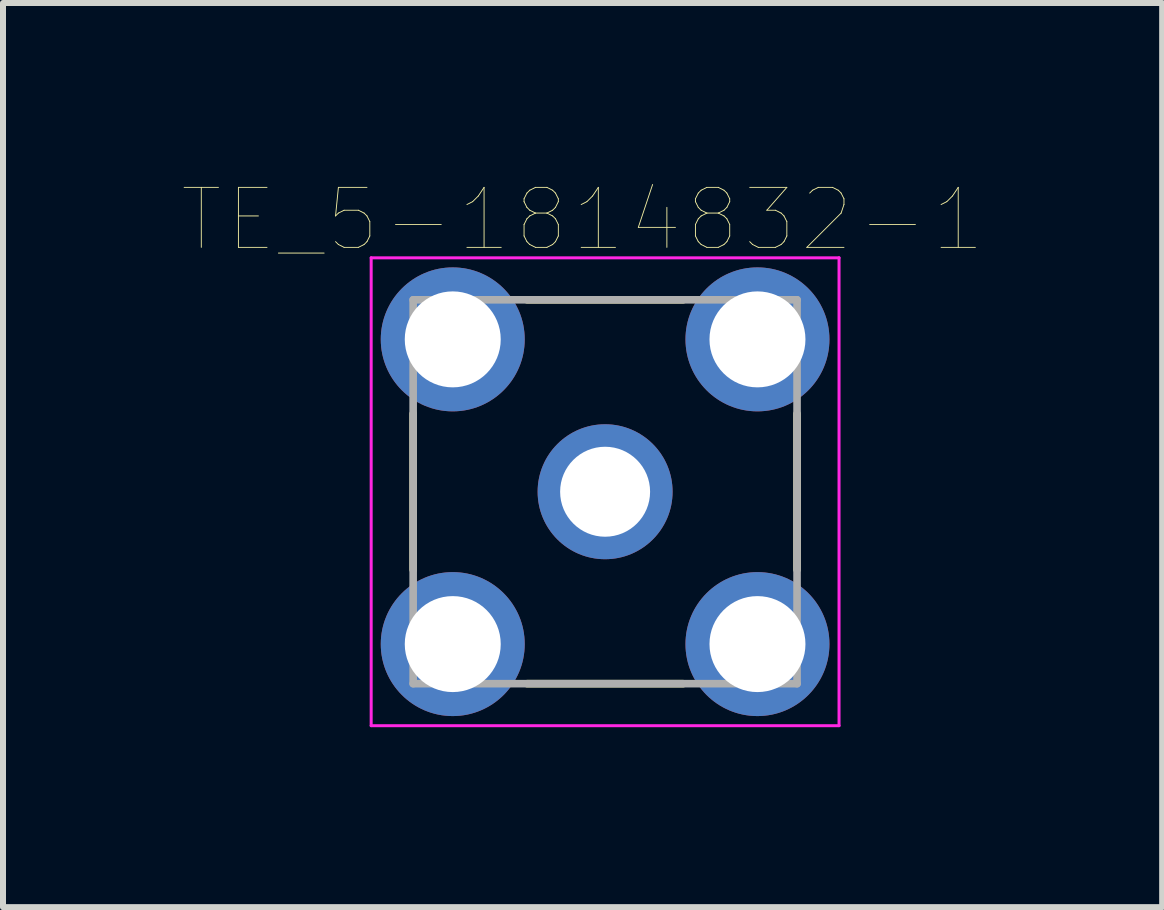
<source format=kicad_pcb>
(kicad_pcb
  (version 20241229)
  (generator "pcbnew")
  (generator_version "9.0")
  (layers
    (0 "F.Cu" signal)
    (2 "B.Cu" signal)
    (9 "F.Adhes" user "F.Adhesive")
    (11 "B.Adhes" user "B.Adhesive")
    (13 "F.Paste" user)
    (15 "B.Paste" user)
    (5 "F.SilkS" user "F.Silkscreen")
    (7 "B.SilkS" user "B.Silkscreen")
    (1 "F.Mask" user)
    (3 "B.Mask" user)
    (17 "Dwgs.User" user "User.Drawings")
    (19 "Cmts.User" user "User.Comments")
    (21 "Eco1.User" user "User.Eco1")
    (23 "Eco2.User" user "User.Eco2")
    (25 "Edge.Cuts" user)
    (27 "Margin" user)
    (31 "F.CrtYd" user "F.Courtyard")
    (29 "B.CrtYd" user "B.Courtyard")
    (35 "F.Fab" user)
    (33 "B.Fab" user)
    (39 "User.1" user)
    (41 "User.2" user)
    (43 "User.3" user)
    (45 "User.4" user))
  (footprint "TE_5-1814832-1"
    (layer "F.Cu")
    (at 7.038 5.148)
    (property "Reference" "TE_5-1814832-1" (at -0.375 -4.536 0) (layer "F.SilkS") (effects (font (size 1 1) (thickness 0.015))))
    (attr through_hole)
    (fp_line (start -3.2 1.3) (end -3.2 -1.3) (stroke (width 0.127) (type solid)) (layer "F.SilkS"))
    (fp_line (start -1.3 -3.2) (end 1.3 -3.2) (stroke (width 0.127) (type solid)) (layer "F.SilkS"))
    (fp_line (start 1.3 3.2) (end -1.3 3.2) (stroke (width 0.127) (type solid)) (layer "F.SilkS"))
    (fp_line (start 3.2 1.3) (end 3.2 -1.3) (stroke (width 0.127) (type solid)) (layer "F.SilkS"))
    (fp_line (start -3.9 -3.9) (end 3.9 -3.9) (stroke (width 0.05) (type solid)) (layer "F.CrtYd"))
    (fp_line (start -3.9 3.9) (end -3.9 -3.9) (stroke (width 0.05) (type solid)) (layer "F.CrtYd"))
    (fp_line (start 3.9 -3.9) (end 3.9 3.9) (stroke (width 0.05) (type solid)) (layer "F.CrtYd"))
    (fp_line (start 3.9 3.9) (end -3.9 3.9) (stroke (width 0.05) (type solid)) (layer "F.CrtYd"))
    (fp_line (start -3.2 -3.2) (end 3.2 -3.2) (stroke (width 0.127) (type solid)) (layer "F.Fab"))
    (fp_line (start -3.2 3.2) (end -3.2 -3.2) (stroke (width 0.127) (type solid)) (layer "F.Fab"))
    (fp_line (start 3.2 -3.2) (end 3.2 3.2) (stroke (width 0.127) (type solid)) (layer "F.Fab"))
    (fp_line (start 3.2 3.2) (end -3.2 3.2) (stroke (width 0.127) (type solid)) (layer "F.Fab"))
    (pad "1" thru_hole circle (at 0 0) (size 2.25 2.25) (drill 1.5) (layers "*.Cu" "*.Mask"))
    (pad "2" thru_hole circle (at -2.54 -2.54) (size 2.4 2.4) (drill 1.6) (layers "*.Cu" "*.Mask"))
    (pad "3" thru_hole circle (at 2.54 -2.54) (size 2.4 2.4) (drill 1.6) (layers "*.Cu" "*.Mask"))
    (pad "4" thru_hole circle (at -2.54 2.54) (size 2.4 2.4) (drill 1.6) (layers "*.Cu" "*.Mask"))
    (pad "5" thru_hole circle (at 2.54 2.54) (size 2.4 2.4) (drill 1.6) (layers "*.Cu" "*.Mask")))
  (gr_rect
    (start -3 -3)
    (end 16.325 12.073)
    (stroke (width 0.1) (type default))
    (fill no)
    (layer "Edge.Cuts")))
</source>
